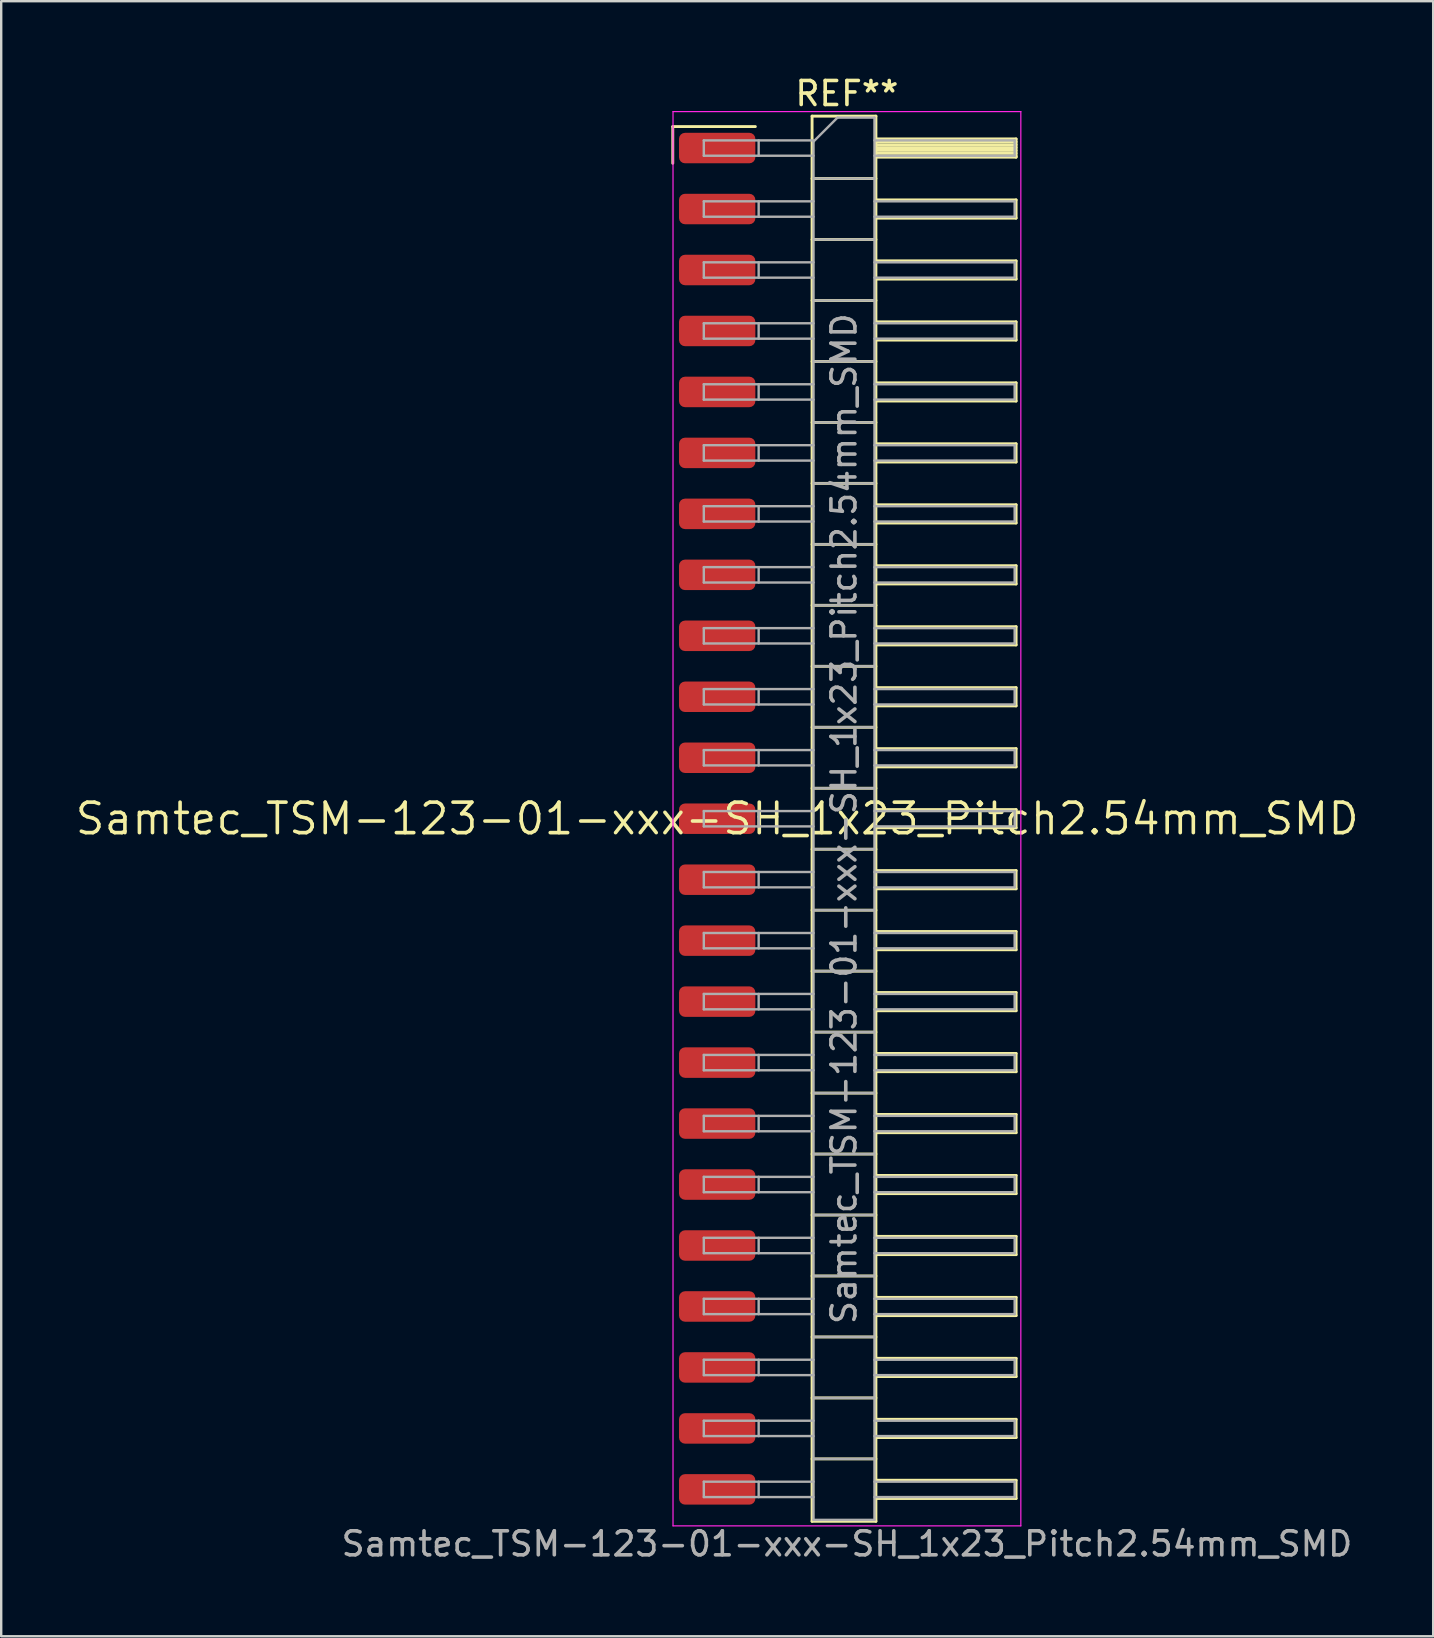
<source format=kicad_pcb>
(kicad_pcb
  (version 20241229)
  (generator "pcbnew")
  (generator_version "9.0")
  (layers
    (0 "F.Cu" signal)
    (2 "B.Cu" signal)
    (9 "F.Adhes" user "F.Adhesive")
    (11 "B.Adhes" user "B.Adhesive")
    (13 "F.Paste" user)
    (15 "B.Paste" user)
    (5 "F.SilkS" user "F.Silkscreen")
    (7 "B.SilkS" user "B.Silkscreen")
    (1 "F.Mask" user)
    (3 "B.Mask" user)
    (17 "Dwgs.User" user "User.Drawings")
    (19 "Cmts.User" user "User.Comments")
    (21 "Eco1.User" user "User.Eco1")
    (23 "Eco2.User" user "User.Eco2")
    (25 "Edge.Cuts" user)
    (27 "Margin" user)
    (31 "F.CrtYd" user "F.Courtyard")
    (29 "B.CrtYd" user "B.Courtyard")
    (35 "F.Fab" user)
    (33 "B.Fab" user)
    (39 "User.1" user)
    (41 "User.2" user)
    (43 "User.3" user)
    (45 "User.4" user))
  (footprint "Samtec_TSM-123-01-xxx-SH_1x23_Pitch2.54mm_SMD"
    (layer "F.Cu")
    (at 26.828 31.058)
    (property "Reference" "Samtec_TSM-123-01-xxx-SH_1x23_Pitch2.54mm_SMD" (at 0 0 0) (layer "F.SilkS") (effects (font (size 1.27 1.27) (thickness 0.15))))
    (attr smd)
    (fp_line (start -1.85 -28.835) (end 1.59 -28.835) (stroke (width 0.12) (type solid)) (layer "F.SilkS"))
    (fp_line (start -1.85 -27.305) (end -1.85 -28.835) (stroke (width 0.12) (type solid)) (layer "F.SilkS"))
    (fp_line (start 3.953 -29.27) (end 6.613 -29.27) (stroke (width 0.12) (type solid)) (layer "F.SilkS"))
    (fp_line (start 3.953 -26.67) (end 6.613 -26.67) (stroke (width 0.12) (type solid)) (layer "F.SilkS"))
    (fp_line (start 3.953 -24.13) (end 6.613 -24.13) (stroke (width 0.12) (type solid)) (layer "F.SilkS"))
    (fp_line (start 3.953 -21.59) (end 6.613 -21.59) (stroke (width 0.12) (type solid)) (layer "F.SilkS"))
    (fp_line (start 3.953 -19.05) (end 6.613 -19.05) (stroke (width 0.12) (type solid)) (layer "F.SilkS"))
    (fp_line (start 3.953 -16.51) (end 6.613 -16.51) (stroke (width 0.12) (type solid)) (layer "F.SilkS"))
    (fp_line (start 3.953 -13.97) (end 6.613 -13.97) (stroke (width 0.12) (type solid)) (layer "F.SilkS"))
    (fp_line (start 3.953 -11.43) (end 6.613 -11.43) (stroke (width 0.12) (type solid)) (layer "F.SilkS"))
    (fp_line (start 3.953 -8.89) (end 6.613 -8.89) (stroke (width 0.12) (type solid)) (layer "F.SilkS"))
    (fp_line (start 3.953 -6.35) (end 6.613 -6.35) (stroke (width 0.12) (type solid)) (layer "F.SilkS"))
    (fp_line (start 3.953 -3.81) (end 6.613 -3.81) (stroke (width 0.12) (type solid)) (layer "F.SilkS"))
    (fp_line (start 3.953 -1.27) (end 6.613 -1.27) (stroke (width 0.12) (type solid)) (layer "F.SilkS"))
    (fp_line (start 3.953 1.27) (end 6.613 1.27) (stroke (width 0.12) (type solid)) (layer "F.SilkS"))
    (fp_line (start 3.953 3.81) (end 6.613 3.81) (stroke (width 0.12) (type solid)) (layer "F.SilkS"))
    (fp_line (start 3.953 6.35) (end 6.613 6.35) (stroke (width 0.12) (type solid)) (layer "F.SilkS"))
    (fp_line (start 3.953 8.89) (end 6.613 8.89) (stroke (width 0.12) (type solid)) (layer "F.SilkS"))
    (fp_line (start 3.953 11.43) (end 6.613 11.43) (stroke (width 0.12) (type solid)) (layer "F.SilkS"))
    (fp_line (start 3.953 13.97) (end 6.613 13.97) (stroke (width 0.12) (type solid)) (layer "F.SilkS"))
    (fp_line (start 3.953 16.51) (end 6.613 16.51) (stroke (width 0.12) (type solid)) (layer "F.SilkS"))
    (fp_line (start 3.953 19.05) (end 6.613 19.05) (stroke (width 0.12) (type solid)) (layer "F.SilkS"))
    (fp_line (start 3.953 21.59) (end 6.613 21.59) (stroke (width 0.12) (type solid)) (layer "F.SilkS"))
    (fp_line (start 3.953 24.13) (end 6.613 24.13) (stroke (width 0.12) (type solid)) (layer "F.SilkS"))
    (fp_line (start 3.953 26.67) (end 6.613 26.67) (stroke (width 0.12) (type solid)) (layer "F.SilkS"))
    (fp_line (start 3.953 29.27) (end 3.953 -29.27) (stroke (width 0.12) (type solid)) (layer "F.SilkS"))
    (fp_line (start 6.613 -29.27) (end 6.613 29.27) (stroke (width 0.12) (type solid)) (layer "F.SilkS"))
    (fp_line (start 6.613 -28.32) (end 12.453 -28.32) (stroke (width 0.12) (type solid)) (layer "F.SilkS"))
    (fp_line (start 6.613 -28.2) (end 12.453 -28.2) (stroke (width 0.12) (type solid)) (layer "F.SilkS"))
    (fp_line (start 6.613 -28.08) (end 12.453 -28.08) (stroke (width 0.12) (type solid)) (layer "F.SilkS"))
    (fp_line (start 6.613 -27.96) (end 12.453 -27.96) (stroke (width 0.12) (type solid)) (layer "F.SilkS"))
    (fp_line (start 6.613 -27.84) (end 12.453 -27.84) (stroke (width 0.12) (type solid)) (layer "F.SilkS"))
    (fp_line (start 6.613 -27.72) (end 12.453 -27.72) (stroke (width 0.12) (type solid)) (layer "F.SilkS"))
    (fp_line (start 6.613 -27.6) (end 12.453 -27.6) (stroke (width 0.12) (type solid)) (layer "F.SilkS"))
    (fp_line (start 6.613 -27.56) (end 12.453 -27.56) (stroke (width 0.12) (type solid)) (layer "F.SilkS"))
    (fp_line (start 6.613 -25.78) (end 12.453 -25.78) (stroke (width 0.12) (type solid)) (layer "F.SilkS"))
    (fp_line (start 6.613 -25.02) (end 12.453 -25.02) (stroke (width 0.12) (type solid)) (layer "F.SilkS"))
    (fp_line (start 6.613 -23.24) (end 12.453 -23.24) (stroke (width 0.12) (type solid)) (layer "F.SilkS"))
    (fp_line (start 6.613 -22.48) (end 12.453 -22.48) (stroke (width 0.12) (type solid)) (layer "F.SilkS"))
    (fp_line (start 6.613 -20.7) (end 12.453 -20.7) (stroke (width 0.12) (type solid)) (layer "F.SilkS"))
    (fp_line (start 6.613 -19.94) (end 12.453 -19.94) (stroke (width 0.12) (type solid)) (layer "F.SilkS"))
    (fp_line (start 6.613 -18.16) (end 12.453 -18.16) (stroke (width 0.12) (type solid)) (layer "F.SilkS"))
    (fp_line (start 6.613 -17.4) (end 12.453 -17.4) (stroke (width 0.12) (type solid)) (layer "F.SilkS"))
    (fp_line (start 6.613 -15.62) (end 12.453 -15.62) (stroke (width 0.12) (type solid)) (layer "F.SilkS"))
    (fp_line (start 6.613 -14.86) (end 12.453 -14.86) (stroke (width 0.12) (type solid)) (layer "F.SilkS"))
    (fp_line (start 6.613 -13.08) (end 12.453 -13.08) (stroke (width 0.12) (type solid)) (layer "F.SilkS"))
    (fp_line (start 6.613 -12.32) (end 12.453 -12.32) (stroke (width 0.12) (type solid)) (layer "F.SilkS"))
    (fp_line (start 6.613 -10.54) (end 12.453 -10.54) (stroke (width 0.12) (type solid)) (layer "F.SilkS"))
    (fp_line (start 6.613 -9.78) (end 12.453 -9.78) (stroke (width 0.12) (type solid)) (layer "F.SilkS"))
    (fp_line (start 6.613 -8) (end 12.453 -8) (stroke (width 0.12) (type solid)) (layer "F.SilkS"))
    (fp_line (start 6.613 -7.24) (end 12.453 -7.24) (stroke (width 0.12) (type solid)) (layer "F.SilkS"))
    (fp_line (start 6.613 -5.46) (end 12.453 -5.46) (stroke (width 0.12) (type solid)) (layer "F.SilkS"))
    (fp_line (start 6.613 -4.7) (end 12.453 -4.7) (stroke (width 0.12) (type solid)) (layer "F.SilkS"))
    (fp_line (start 6.613 -2.92) (end 12.453 -2.92) (stroke (width 0.12) (type solid)) (layer "F.SilkS"))
    (fp_line (start 6.613 -2.16) (end 12.453 -2.16) (stroke (width 0.12) (type solid)) (layer "F.SilkS"))
    (fp_line (start 6.613 -0.38) (end 12.453 -0.38) (stroke (width 0.12) (type solid)) (layer "F.SilkS"))
    (fp_line (start 6.613 0.38) (end 12.453 0.38) (stroke (width 0.12) (type solid)) (layer "F.SilkS"))
    (fp_line (start 6.613 2.16) (end 12.453 2.16) (stroke (width 0.12) (type solid)) (layer "F.SilkS"))
    (fp_line (start 6.613 2.92) (end 12.453 2.92) (stroke (width 0.12) (type solid)) (layer "F.SilkS"))
    (fp_line (start 6.613 4.7) (end 12.453 4.7) (stroke (width 0.12) (type solid)) (layer "F.SilkS"))
    (fp_line (start 6.613 5.46) (end 12.453 5.46) (stroke (width 0.12) (type solid)) (layer "F.SilkS"))
    (fp_line (start 6.613 7.24) (end 12.453 7.24) (stroke (width 0.12) (type solid)) (layer "F.SilkS"))
    (fp_line (start 6.613 8) (end 12.453 8) (stroke (width 0.12) (type solid)) (layer "F.SilkS"))
    (fp_line (start 6.613 9.78) (end 12.453 9.78) (stroke (width 0.12) (type solid)) (layer "F.SilkS"))
    (fp_line (start 6.613 10.54) (end 12.453 10.54) (stroke (width 0.12) (type solid)) (layer "F.SilkS"))
    (fp_line (start 6.613 12.32) (end 12.453 12.32) (stroke (width 0.12) (type solid)) (layer "F.SilkS"))
    (fp_line (start 6.613 13.08) (end 12.453 13.08) (stroke (width 0.12) (type solid)) (layer "F.SilkS"))
    (fp_line (start 6.613 14.86) (end 12.453 14.86) (stroke (width 0.12) (type solid)) (layer "F.SilkS"))
    (fp_line (start 6.613 15.62) (end 12.453 15.62) (stroke (width 0.12) (type solid)) (layer "F.SilkS"))
    (fp_line (start 6.613 17.4) (end 12.453 17.4) (stroke (width 0.12) (type solid)) (layer "F.SilkS"))
    (fp_line (start 6.613 18.16) (end 12.453 18.16) (stroke (width 0.12) (type solid)) (layer "F.SilkS"))
    (fp_line (start 6.613 19.94) (end 12.453 19.94) (stroke (width 0.12) (type solid)) (layer "F.SilkS"))
    (fp_line (start 6.613 20.7) (end 12.453 20.7) (stroke (width 0.12) (type solid)) (layer "F.SilkS"))
    (fp_line (start 6.613 22.48) (end 12.453 22.48) (stroke (width 0.12) (type solid)) (layer "F.SilkS"))
    (fp_line (start 6.613 23.24) (end 12.453 23.24) (stroke (width 0.12) (type solid)) (layer "F.SilkS"))
    (fp_line (start 6.613 25.02) (end 12.453 25.02) (stroke (width 0.12) (type solid)) (layer "F.SilkS"))
    (fp_line (start 6.613 25.78) (end 12.453 25.78) (stroke (width 0.12) (type solid)) (layer "F.SilkS"))
    (fp_line (start 6.613 27.56) (end 12.453 27.56) (stroke (width 0.12) (type solid)) (layer "F.SilkS"))
    (fp_line (start 6.613 28.32) (end 12.453 28.32) (stroke (width 0.12) (type solid)) (layer "F.SilkS"))
    (fp_line (start 6.613 29.27) (end 3.953 29.27) (stroke (width 0.12) (type solid)) (layer "F.SilkS"))
    (fp_line (start 12.453 -28.32) (end 12.453 -27.56) (stroke (width 0.12) (type solid)) (layer "F.SilkS"))
    (fp_line (start 12.453 -25.78) (end 12.453 -25.02) (stroke (width 0.12) (type solid)) (layer "F.SilkS"))
    (fp_line (start 12.453 -23.24) (end 12.453 -22.48) (stroke (width 0.12) (type solid)) (layer "F.SilkS"))
    (fp_line (start 12.453 -20.7) (end 12.453 -19.94) (stroke (width 0.12) (type solid)) (layer "F.SilkS"))
    (fp_line (start 12.453 -18.16) (end 12.453 -17.4) (stroke (width 0.12) (type solid)) (layer "F.SilkS"))
    (fp_line (start 12.453 -15.62) (end 12.453 -14.86) (stroke (width 0.12) (type solid)) (layer "F.SilkS"))
    (fp_line (start 12.453 -13.08) (end 12.453 -12.32) (stroke (width 0.12) (type solid)) (layer "F.SilkS"))
    (fp_line (start 12.453 -10.54) (end 12.453 -9.78) (stroke (width 0.12) (type solid)) (layer "F.SilkS"))
    (fp_line (start 12.453 -8) (end 12.453 -7.24) (stroke (width 0.12) (type solid)) (layer "F.SilkS"))
    (fp_line (start 12.453 -5.46) (end 12.453 -4.7) (stroke (width 0.12) (type solid)) (layer "F.SilkS"))
    (fp_line (start 12.453 -2.92) (end 12.453 -2.16) (stroke (width 0.12) (type solid)) (layer "F.SilkS"))
    (fp_line (start 12.453 -0.38) (end 12.453 0.38) (stroke (width 0.12) (type solid)) (layer "F.SilkS"))
    (fp_line (start 12.453 2.16) (end 12.453 2.92) (stroke (width 0.12) (type solid)) (layer "F.SilkS"))
    (fp_line (start 12.453 4.7) (end 12.453 5.46) (stroke (width 0.12) (type solid)) (layer "F.SilkS"))
    (fp_line (start 12.453 7.24) (end 12.453 8) (stroke (width 0.12) (type solid)) (layer "F.SilkS"))
    (fp_line (start 12.453 9.78) (end 12.453 10.54) (stroke (width 0.12) (type solid)) (layer "F.SilkS"))
    (fp_line (start 12.453 12.32) (end 12.453 13.08) (stroke (width 0.12) (type solid)) (layer "F.SilkS"))
    (fp_line (start 12.453 14.86) (end 12.453 15.62) (stroke (width 0.12) (type solid)) (layer "F.SilkS"))
    (fp_line (start 12.453 17.4) (end 12.453 18.16) (stroke (width 0.12) (type solid)) (layer "F.SilkS"))
    (fp_line (start 12.453 19.94) (end 12.453 20.7) (stroke (width 0.12) (type solid)) (layer "F.SilkS"))
    (fp_line (start 12.453 22.48) (end 12.453 23.24) (stroke (width 0.12) (type solid)) (layer "F.SilkS"))
    (fp_line (start 12.453 25.02) (end 12.453 25.78) (stroke (width 0.12) (type solid)) (layer "F.SilkS"))
    (fp_line (start 12.453 27.56) (end 12.453 28.32) (stroke (width 0.12) (type solid)) (layer "F.SilkS"))
    (fp_line (start -1.84 -29.46) (end 12.65 -29.46) (stroke (width 0.05) (type solid)) (layer "F.CrtYd"))
    (fp_line (start -1.84 29.46) (end -1.84 -29.46) (stroke (width 0.05) (type solid)) (layer "F.CrtYd"))
    (fp_line (start 12.65 -29.46) (end 12.65 29.46) (stroke (width 0.05) (type solid)) (layer "F.CrtYd"))
    (fp_line (start 12.65 29.46) (end -1.84 29.46) (stroke (width 0.05) (type solid)) (layer "F.CrtYd"))
    (fp_line (start -0.557 -28.26) (end -0.557 -27.62) (stroke (width 0.1) (type solid)) (layer "F.Fab"))
    (fp_line (start -0.557 -28.26) (end 4.013 -28.26) (stroke (width 0.1) (type solid)) (layer "F.Fab"))
    (fp_line (start -0.557 -27.62) (end 4.013 -27.62) (stroke (width 0.1) (type solid)) (layer "F.Fab"))
    (fp_line (start -0.557 -25.72) (end -0.557 -25.08) (stroke (width 0.1) (type solid)) (layer "F.Fab"))
    (fp_line (start -0.557 -25.72) (end 4.013 -25.72) (stroke (width 0.1) (type solid)) (layer "F.Fab"))
    (fp_line (start -0.557 -25.08) (end 4.013 -25.08) (stroke (width 0.1) (type solid)) (layer "F.Fab"))
    (fp_line (start -0.557 -23.18) (end -0.557 -22.54) (stroke (width 0.1) (type solid)) (layer "F.Fab"))
    (fp_line (start -0.557 -23.18) (end 4.013 -23.18) (stroke (width 0.1) (type solid)) (layer "F.Fab"))
    (fp_line (start -0.557 -22.54) (end 4.013 -22.54) (stroke (width 0.1) (type solid)) (layer "F.Fab"))
    (fp_line (start -0.557 -20.64) (end -0.557 -20) (stroke (width 0.1) (type solid)) (layer "F.Fab"))
    (fp_line (start -0.557 -20.64) (end 4.013 -20.64) (stroke (width 0.1) (type solid)) (layer "F.Fab"))
    (fp_line (start -0.557 -20) (end 4.013 -20) (stroke (width 0.1) (type solid)) (layer "F.Fab"))
    (fp_line (start -0.557 -18.1) (end -0.557 -17.46) (stroke (width 0.1) (type solid)) (layer "F.Fab"))
    (fp_line (start -0.557 -18.1) (end 4.013 -18.1) (stroke (width 0.1) (type solid)) (layer "F.Fab"))
    (fp_line (start -0.557 -17.46) (end 4.013 -17.46) (stroke (width 0.1) (type solid)) (layer "F.Fab"))
    (fp_line (start -0.557 -15.56) (end -0.557 -14.92) (stroke (width 0.1) (type solid)) (layer "F.Fab"))
    (fp_line (start -0.557 -15.56) (end 4.013 -15.56) (stroke (width 0.1) (type solid)) (layer "F.Fab"))
    (fp_line (start -0.557 -14.92) (end 4.013 -14.92) (stroke (width 0.1) (type solid)) (layer "F.Fab"))
    (fp_line (start -0.557 -13.02) (end -0.557 -12.38) (stroke (width 0.1) (type solid)) (layer "F.Fab"))
    (fp_line (start -0.557 -13.02) (end 4.013 -13.02) (stroke (width 0.1) (type solid)) (layer "F.Fab"))
    (fp_line (start -0.557 -12.38) (end 4.013 -12.38) (stroke (width 0.1) (type solid)) (layer "F.Fab"))
    (fp_line (start -0.557 -10.48) (end -0.557 -9.84) (stroke (width 0.1) (type solid)) (layer "F.Fab"))
    (fp_line (start -0.557 -10.48) (end 4.013 -10.48) (stroke (width 0.1) (type solid)) (layer "F.Fab"))
    (fp_line (start -0.557 -9.84) (end 4.013 -9.84) (stroke (width 0.1) (type solid)) (layer "F.Fab"))
    (fp_line (start -0.557 -7.94) (end -0.557 -7.3) (stroke (width 0.1) (type solid)) (layer "F.Fab"))
    (fp_line (start -0.557 -7.94) (end 4.013 -7.94) (stroke (width 0.1) (type solid)) (layer "F.Fab"))
    (fp_line (start -0.557 -7.3) (end 4.013 -7.3) (stroke (width 0.1) (type solid)) (layer "F.Fab"))
    (fp_line (start -0.557 -5.4) (end -0.557 -4.76) (stroke (width 0.1) (type solid)) (layer "F.Fab"))
    (fp_line (start -0.557 -5.4) (end 4.013 -5.4) (stroke (width 0.1) (type solid)) (layer "F.Fab"))
    (fp_line (start -0.557 -4.76) (end 4.013 -4.76) (stroke (width 0.1) (type solid)) (layer "F.Fab"))
    (fp_line (start -0.557 -2.86) (end -0.557 -2.22) (stroke (width 0.1) (type solid)) (layer "F.Fab"))
    (fp_line (start -0.557 -2.86) (end 4.013 -2.86) (stroke (width 0.1) (type solid)) (layer "F.Fab"))
    (fp_line (start -0.557 -2.22) (end 4.013 -2.22) (stroke (width 0.1) (type solid)) (layer "F.Fab"))
    (fp_line (start -0.557 -0.32) (end -0.557 0.32) (stroke (width 0.1) (type solid)) (layer "F.Fab"))
    (fp_line (start -0.557 -0.32) (end 4.013 -0.32) (stroke (width 0.1) (type solid)) (layer "F.Fab"))
    (fp_line (start -0.557 0.32) (end 4.013 0.32) (stroke (width 0.1) (type solid)) (layer "F.Fab"))
    (fp_line (start -0.557 2.22) (end -0.557 2.86) (stroke (width 0.1) (type solid)) (layer "F.Fab"))
    (fp_line (start -0.557 2.22) (end 4.013 2.22) (stroke (width 0.1) (type solid)) (layer "F.Fab"))
    (fp_line (start -0.557 2.86) (end 4.013 2.86) (stroke (width 0.1) (type solid)) (layer "F.Fab"))
    (fp_line (start -0.557 4.76) (end -0.557 5.4) (stroke (width 0.1) (type solid)) (layer "F.Fab"))
    (fp_line (start -0.557 4.76) (end 4.013 4.76) (stroke (width 0.1) (type solid)) (layer "F.Fab"))
    (fp_line (start -0.557 5.4) (end 4.013 5.4) (stroke (width 0.1) (type solid)) (layer "F.Fab"))
    (fp_line (start -0.557 7.3) (end -0.557 7.94) (stroke (width 0.1) (type solid)) (layer "F.Fab"))
    (fp_line (start -0.557 7.3) (end 4.013 7.3) (stroke (width 0.1) (type solid)) (layer "F.Fab"))
    (fp_line (start -0.557 7.94) (end 4.013 7.94) (stroke (width 0.1) (type solid)) (layer "F.Fab"))
    (fp_line (start -0.557 9.84) (end -0.557 10.48) (stroke (width 0.1) (type solid)) (layer "F.Fab"))
    (fp_line (start -0.557 9.84) (end 4.013 9.84) (stroke (width 0.1) (type solid)) (layer "F.Fab"))
    (fp_line (start -0.557 10.48) (end 4.013 10.48) (stroke (width 0.1) (type solid)) (layer "F.Fab"))
    (fp_line (start -0.557 12.38) (end -0.557 13.02) (stroke (width 0.1) (type solid)) (layer "F.Fab"))
    (fp_line (start -0.557 12.38) (end 4.013 12.38) (stroke (width 0.1) (type solid)) (layer "F.Fab"))
    (fp_line (start -0.557 13.02) (end 4.013 13.02) (stroke (width 0.1) (type solid)) (layer "F.Fab"))
    (fp_line (start -0.557 14.92) (end -0.557 15.56) (stroke (width 0.1) (type solid)) (layer "F.Fab"))
    (fp_line (start -0.557 14.92) (end 4.013 14.92) (stroke (width 0.1) (type solid)) (layer "F.Fab"))
    (fp_line (start -0.557 15.56) (end 4.013 15.56) (stroke (width 0.1) (type solid)) (layer "F.Fab"))
    (fp_line (start -0.557 17.46) (end -0.557 18.1) (stroke (width 0.1) (type solid)) (layer "F.Fab"))
    (fp_line (start -0.557 17.46) (end 4.013 17.46) (stroke (width 0.1) (type solid)) (layer "F.Fab"))
    (fp_line (start -0.557 18.1) (end 4.013 18.1) (stroke (width 0.1) (type solid)) (layer "F.Fab"))
    (fp_line (start -0.557 20) (end -0.557 20.64) (stroke (width 0.1) (type solid)) (layer "F.Fab"))
    (fp_line (start -0.557 20) (end 4.013 20) (stroke (width 0.1) (type solid)) (layer "F.Fab"))
    (fp_line (start -0.557 20.64) (end 4.013 20.64) (stroke (width 0.1) (type solid)) (layer "F.Fab"))
    (fp_line (start -0.557 22.54) (end -0.557 23.18) (stroke (width 0.1) (type solid)) (layer "F.Fab"))
    (fp_line (start -0.557 22.54) (end 4.013 22.54) (stroke (width 0.1) (type solid)) (layer "F.Fab"))
    (fp_line (start -0.557 23.18) (end 4.013 23.18) (stroke (width 0.1) (type solid)) (layer "F.Fab"))
    (fp_line (start -0.557 25.08) (end -0.557 25.72) (stroke (width 0.1) (type solid)) (layer "F.Fab"))
    (fp_line (start -0.557 25.08) (end 4.013 25.08) (stroke (width 0.1) (type solid)) (layer "F.Fab"))
    (fp_line (start -0.557 25.72) (end 4.013 25.72) (stroke (width 0.1) (type solid)) (layer "F.Fab"))
    (fp_line (start -0.557 27.62) (end -0.557 28.26) (stroke (width 0.1) (type solid)) (layer "F.Fab"))
    (fp_line (start -0.557 27.62) (end 4.013 27.62) (stroke (width 0.1) (type solid)) (layer "F.Fab"))
    (fp_line (start -0.557 28.26) (end 4.013 28.26) (stroke (width 0.1) (type solid)) (layer "F.Fab"))
    (fp_line (start 1.728 -28.26) (end 1.728 -27.62) (stroke (width 0.1) (type solid)) (layer "F.Fab"))
    (fp_line (start 1.728 -25.72) (end 1.728 -25.08) (stroke (width 0.1) (type solid)) (layer "F.Fab"))
    (fp_line (start 1.728 -23.18) (end 1.728 -22.54) (stroke (width 0.1) (type solid)) (layer "F.Fab"))
    (fp_line (start 1.728 -20.64) (end 1.728 -20) (stroke (width 0.1) (type solid)) (layer "F.Fab"))
    (fp_line (start 1.728 -18.1) (end 1.728 -17.46) (stroke (width 0.1) (type solid)) (layer "F.Fab"))
    (fp_line (start 1.728 -15.56) (end 1.728 -14.92) (stroke (width 0.1) (type solid)) (layer "F.Fab"))
    (fp_line (start 1.728 -13.02) (end 1.728 -12.38) (stroke (width 0.1) (type solid)) (layer "F.Fab"))
    (fp_line (start 1.728 -10.48) (end 1.728 -9.84) (stroke (width 0.1) (type solid)) (layer "F.Fab"))
    (fp_line (start 1.728 -7.94) (end 1.728 -7.3) (stroke (width 0.1) (type solid)) (layer "F.Fab"))
    (fp_line (start 1.728 -5.4) (end 1.728 -4.76) (stroke (width 0.1) (type solid)) (layer "F.Fab"))
    (fp_line (start 1.728 -2.86) (end 1.728 -2.22) (stroke (width 0.1) (type solid)) (layer "F.Fab"))
    (fp_line (start 1.728 -0.32) (end 1.728 0.32) (stroke (width 0.1) (type solid)) (layer "F.Fab"))
    (fp_line (start 1.728 2.22) (end 1.728 2.86) (stroke (width 0.1) (type solid)) (layer "F.Fab"))
    (fp_line (start 1.728 4.76) (end 1.728 5.4) (stroke (width 0.1) (type solid)) (layer "F.Fab"))
    (fp_line (start 1.728 7.3) (end 1.728 7.94) (stroke (width 0.1) (type solid)) (layer "F.Fab"))
    (fp_line (start 1.728 9.84) (end 1.728 10.48) (stroke (width 0.1) (type solid)) (layer "F.Fab"))
    (fp_line (start 1.728 12.38) (end 1.728 13.02) (stroke (width 0.1) (type solid)) (layer "F.Fab"))
    (fp_line (start 1.728 14.92) (end 1.728 15.56) (stroke (width 0.1) (type solid)) (layer "F.Fab"))
    (fp_line (start 1.728 17.46) (end 1.728 18.1) (stroke (width 0.1) (type solid)) (layer "F.Fab"))
    (fp_line (start 1.728 20) (end 1.728 20.64) (stroke (width 0.1) (type solid)) (layer "F.Fab"))
    (fp_line (start 1.728 22.54) (end 1.728 23.18) (stroke (width 0.1) (type solid)) (layer "F.Fab"))
    (fp_line (start 1.728 25.08) (end 1.728 25.72) (stroke (width 0.1) (type solid)) (layer "F.Fab"))
    (fp_line (start 1.728 27.62) (end 1.728 28.26) (stroke (width 0.1) (type solid)) (layer "F.Fab"))
    (fp_line (start 4.013 -28.21) (end 5.013 -29.21) (stroke (width 0.1) (type solid)) (layer "F.Fab"))
    (fp_line (start 4.013 -26.67) (end 6.553 -26.67) (stroke (width 0.1) (type solid)) (layer "F.Fab"))
    (fp_line (start 4.013 -24.13) (end 6.553 -24.13) (stroke (width 0.1) (type solid)) (layer "F.Fab"))
    (fp_line (start 4.013 -21.59) (end 6.553 -21.59) (stroke (width 0.1) (type solid)) (layer "F.Fab"))
    (fp_line (start 4.013 -19.05) (end 6.553 -19.05) (stroke (width 0.1) (type solid)) (layer "F.Fab"))
    (fp_line (start 4.013 -16.51) (end 6.553 -16.51) (stroke (width 0.1) (type solid)) (layer "F.Fab"))
    (fp_line (start 4.013 -13.97) (end 6.553 -13.97) (stroke (width 0.1) (type solid)) (layer "F.Fab"))
    (fp_line (start 4.013 -11.43) (end 6.553 -11.43) (stroke (width 0.1) (type solid)) (layer "F.Fab"))
    (fp_line (start 4.013 -8.89) (end 6.553 -8.89) (stroke (width 0.1) (type solid)) (layer "F.Fab"))
    (fp_line (start 4.013 -6.35) (end 6.553 -6.35) (stroke (width 0.1) (type solid)) (layer "F.Fab"))
    (fp_line (start 4.013 -3.81) (end 6.553 -3.81) (stroke (width 0.1) (type solid)) (layer "F.Fab"))
    (fp_line (start 4.013 -1.27) (end 6.553 -1.27) (stroke (width 0.1) (type solid)) (layer "F.Fab"))
    (fp_line (start 4.013 1.27) (end 6.553 1.27) (stroke (width 0.1) (type solid)) (layer "F.Fab"))
    (fp_line (start 4.013 3.81) (end 6.553 3.81) (stroke (width 0.1) (type solid)) (layer "F.Fab"))
    (fp_line (start 4.013 6.35) (end 6.553 6.35) (stroke (width 0.1) (type solid)) (layer "F.Fab"))
    (fp_line (start 4.013 8.89) (end 6.553 8.89) (stroke (width 0.1) (type solid)) (layer "F.Fab"))
    (fp_line (start 4.013 11.43) (end 6.553 11.43) (stroke (width 0.1) (type solid)) (layer "F.Fab"))
    (fp_line (start 4.013 13.97) (end 6.553 13.97) (stroke (width 0.1) (type solid)) (layer "F.Fab"))
    (fp_line (start 4.013 16.51) (end 6.553 16.51) (stroke (width 0.1) (type solid)) (layer "F.Fab"))
    (fp_line (start 4.013 19.05) (end 6.553 19.05) (stroke (width 0.1) (type solid)) (layer "F.Fab"))
    (fp_line (start 4.013 21.59) (end 6.553 21.59) (stroke (width 0.1) (type solid)) (layer "F.Fab"))
    (fp_line (start 4.013 24.13) (end 6.553 24.13) (stroke (width 0.1) (type solid)) (layer "F.Fab"))
    (fp_line (start 4.013 26.67) (end 6.553 26.67) (stroke (width 0.1) (type solid)) (layer "F.Fab"))
    (fp_line (start 4.013 29.21) (end 4.013 -28.21) (stroke (width 0.1) (type solid)) (layer "F.Fab"))
    (fp_line (start 5.013 -29.21) (end 6.553 -29.21) (stroke (width 0.1) (type solid)) (layer "F.Fab"))
    (fp_line (start 6.553 -29.21) (end 6.553 29.21) (stroke (width 0.1) (type solid)) (layer "F.Fab"))
    (fp_line (start 6.553 -28.26) (end 12.393 -28.26) (stroke (width 0.1) (type solid)) (layer "F.Fab"))
    (fp_line (start 6.553 -27.62) (end 12.393 -27.62) (stroke (width 0.1) (type solid)) (layer "F.Fab"))
    (fp_line (start 6.553 -25.72) (end 12.393 -25.72) (stroke (width 0.1) (type solid)) (layer "F.Fab"))
    (fp_line (start 6.553 -25.08) (end 12.393 -25.08) (stroke (width 0.1) (type solid)) (layer "F.Fab"))
    (fp_line (start 6.553 -23.18) (end 12.393 -23.18) (stroke (width 0.1) (type solid)) (layer "F.Fab"))
    (fp_line (start 6.553 -22.54) (end 12.393 -22.54) (stroke (width 0.1) (type solid)) (layer "F.Fab"))
    (fp_line (start 6.553 -20.64) (end 12.393 -20.64) (stroke (width 0.1) (type solid)) (layer "F.Fab"))
    (fp_line (start 6.553 -20) (end 12.393 -20) (stroke (width 0.1) (type solid)) (layer "F.Fab"))
    (fp_line (start 6.553 -18.1) (end 12.393 -18.1) (stroke (width 0.1) (type solid)) (layer "F.Fab"))
    (fp_line (start 6.553 -17.46) (end 12.393 -17.46) (stroke (width 0.1) (type solid)) (layer "F.Fab"))
    (fp_line (start 6.553 -15.56) (end 12.393 -15.56) (stroke (width 0.1) (type solid)) (layer "F.Fab"))
    (fp_line (start 6.553 -14.92) (end 12.393 -14.92) (stroke (width 0.1) (type solid)) (layer "F.Fab"))
    (fp_line (start 6.553 -13.02) (end 12.393 -13.02) (stroke (width 0.1) (type solid)) (layer "F.Fab"))
    (fp_line (start 6.553 -12.38) (end 12.393 -12.38) (stroke (width 0.1) (type solid)) (layer "F.Fab"))
    (fp_line (start 6.553 -10.48) (end 12.393 -10.48) (stroke (width 0.1) (type solid)) (layer "F.Fab"))
    (fp_line (start 6.553 -9.84) (end 12.393 -9.84) (stroke (width 0.1) (type solid)) (layer "F.Fab"))
    (fp_line (start 6.553 -7.94) (end 12.393 -7.94) (stroke (width 0.1) (type solid)) (layer "F.Fab"))
    (fp_line (start 6.553 -7.3) (end 12.393 -7.3) (stroke (width 0.1) (type solid)) (layer "F.Fab"))
    (fp_line (start 6.553 -5.4) (end 12.393 -5.4) (stroke (width 0.1) (type solid)) (layer "F.Fab"))
    (fp_line (start 6.553 -4.76) (end 12.393 -4.76) (stroke (width 0.1) (type solid)) (layer "F.Fab"))
    (fp_line (start 6.553 -2.86) (end 12.393 -2.86) (stroke (width 0.1) (type solid)) (layer "F.Fab"))
    (fp_line (start 6.553 -2.22) (end 12.393 -2.22) (stroke (width 0.1) (type solid)) (layer "F.Fab"))
    (fp_line (start 6.553 -0.32) (end 12.393 -0.32) (stroke (width 0.1) (type solid)) (layer "F.Fab"))
    (fp_line (start 6.553 0.32) (end 12.393 0.32) (stroke (width 0.1) (type solid)) (layer "F.Fab"))
    (fp_line (start 6.553 2.22) (end 12.393 2.22) (stroke (width 0.1) (type solid)) (layer "F.Fab"))
    (fp_line (start 6.553 2.86) (end 12.393 2.86) (stroke (width 0.1) (type solid)) (layer "F.Fab"))
    (fp_line (start 6.553 4.76) (end 12.393 4.76) (stroke (width 0.1) (type solid)) (layer "F.Fab"))
    (fp_line (start 6.553 5.4) (end 12.393 5.4) (stroke (width 0.1) (type solid)) (layer "F.Fab"))
    (fp_line (start 6.553 7.3) (end 12.393 7.3) (stroke (width 0.1) (type solid)) (layer "F.Fab"))
    (fp_line (start 6.553 7.94) (end 12.393 7.94) (stroke (width 0.1) (type solid)) (layer "F.Fab"))
    (fp_line (start 6.553 9.84) (end 12.393 9.84) (stroke (width 0.1) (type solid)) (layer "F.Fab"))
    (fp_line (start 6.553 10.48) (end 12.393 10.48) (stroke (width 0.1) (type solid)) (layer "F.Fab"))
    (fp_line (start 6.553 12.38) (end 12.393 12.38) (stroke (width 0.1) (type solid)) (layer "F.Fab"))
    (fp_line (start 6.553 13.02) (end 12.393 13.02) (stroke (width 0.1) (type solid)) (layer "F.Fab"))
    (fp_line (start 6.553 14.92) (end 12.393 14.92) (stroke (width 0.1) (type solid)) (layer "F.Fab"))
    (fp_line (start 6.553 15.56) (end 12.393 15.56) (stroke (width 0.1) (type solid)) (layer "F.Fab"))
    (fp_line (start 6.553 17.46) (end 12.393 17.46) (stroke (width 0.1) (type solid)) (layer "F.Fab"))
    (fp_line (start 6.553 18.1) (end 12.393 18.1) (stroke (width 0.1) (type solid)) (layer "F.Fab"))
    (fp_line (start 6.553 20) (end 12.393 20) (stroke (width 0.1) (type solid)) (layer "F.Fab"))
    (fp_line (start 6.553 20.64) (end 12.393 20.64) (stroke (width 0.1) (type solid)) (layer "F.Fab"))
    (fp_line (start 6.553 22.54) (end 12.393 22.54) (stroke (width 0.1) (type solid)) (layer "F.Fab"))
    (fp_line (start 6.553 23.18) (end 12.393 23.18) (stroke (width 0.1) (type solid)) (layer "F.Fab"))
    (fp_line (start 6.553 25.08) (end 12.393 25.08) (stroke (width 0.1) (type solid)) (layer "F.Fab"))
    (fp_line (start 6.553 25.72) (end 12.393 25.72) (stroke (width 0.1) (type solid)) (layer "F.Fab"))
    (fp_line (start 6.553 27.62) (end 12.393 27.62) (stroke (width 0.1) (type solid)) (layer "F.Fab"))
    (fp_line (start 6.553 28.26) (end 12.393 28.26) (stroke (width 0.1) (type solid)) (layer "F.Fab"))
    (fp_line (start 6.553 29.21) (end 4.013 29.21) (stroke (width 0.1) (type solid)) (layer "F.Fab"))
    (fp_line (start 12.393 -28.26) (end 12.393 -27.62) (stroke (width 0.1) (type solid)) (layer "F.Fab"))
    (fp_line (start 12.393 -25.72) (end 12.393 -25.08) (stroke (width 0.1) (type solid)) (layer "F.Fab"))
    (fp_line (start 12.393 -23.18) (end 12.393 -22.54) (stroke (width 0.1) (type solid)) (layer "F.Fab"))
    (fp_line (start 12.393 -20.64) (end 12.393 -20) (stroke (width 0.1) (type solid)) (layer "F.Fab"))
    (fp_line (start 12.393 -18.1) (end 12.393 -17.46) (stroke (width 0.1) (type solid)) (layer "F.Fab"))
    (fp_line (start 12.393 -15.56) (end 12.393 -14.92) (stroke (width 0.1) (type solid)) (layer "F.Fab"))
    (fp_line (start 12.393 -13.02) (end 12.393 -12.38) (stroke (width 0.1) (type solid)) (layer "F.Fab"))
    (fp_line (start 12.393 -10.48) (end 12.393 -9.84) (stroke (width 0.1) (type solid)) (layer "F.Fab"))
    (fp_line (start 12.393 -7.94) (end 12.393 -7.3) (stroke (width 0.1) (type solid)) (layer "F.Fab"))
    (fp_line (start 12.393 -5.4) (end 12.393 -4.76) (stroke (width 0.1) (type solid)) (layer "F.Fab"))
    (fp_line (start 12.393 -2.86) (end 12.393 -2.22) (stroke (width 0.1) (type solid)) (layer "F.Fab"))
    (fp_line (start 12.393 -0.32) (end 12.393 0.32) (stroke (width 0.1) (type solid)) (layer "F.Fab"))
    (fp_line (start 12.393 2.22) (end 12.393 2.86) (stroke (width 0.1) (type solid)) (layer "F.Fab"))
    (fp_line (start 12.393 4.76) (end 12.393 5.4) (stroke (width 0.1) (type solid)) (layer "F.Fab"))
    (fp_line (start 12.393 7.3) (end 12.393 7.94) (stroke (width 0.1) (type solid)) (layer "F.Fab"))
    (fp_line (start 12.393 9.84) (end 12.393 10.48) (stroke (width 0.1) (type solid)) (layer "F.Fab"))
    (fp_line (start 12.393 12.38) (end 12.393 13.02) (stroke (width 0.1) (type solid)) (layer "F.Fab"))
    (fp_line (start 12.393 14.92) (end 12.393 15.56) (stroke (width 0.1) (type solid)) (layer "F.Fab"))
    (fp_line (start 12.393 17.46) (end 12.393 18.1) (stroke (width 0.1) (type solid)) (layer "F.Fab"))
    (fp_line (start 12.393 20) (end 12.393 20.64) (stroke (width 0.1) (type solid)) (layer "F.Fab"))
    (fp_line (start 12.393 22.54) (end 12.393 23.18) (stroke (width 0.1) (type solid)) (layer "F.Fab"))
    (fp_line (start 12.393 25.08) (end 12.393 25.72) (stroke (width 0.1) (type solid)) (layer "F.Fab"))
    (fp_line (start 12.393 27.62) (end 12.393 28.26) (stroke (width 0.1) (type solid)) (layer "F.Fab"))
    (fp_text user "REF**" (at 5.405 -30.21 0) (layer "F.SilkS") (effects (font (size 1 1) (thickness 0.15))))
    (fp_text user "${REFERENCE}" (at 5.283 0 90) (layer "F.Fab") (effects (font (size 1 1) (thickness 0.15))))
    (fp_text user "Samtec_TSM-123-01-xxx-SH_1x23_Pitch2.54mm_SMD" (at 5.405 30.21 0) (layer "F.Fab") (effects (font (size 1 1) (thickness 0.15))))
    (pad "1" smd roundrect (at 0 -27.94) (size 3.18 1.27) (layers "F.Cu" "F.Mask" "F.Paste") (roundrect_rratio 0.197))
    (pad "2" smd roundrect (at 0 -25.4) (size 3.18 1.27) (layers "F.Cu" "F.Mask" "F.Paste") (roundrect_rratio 0.197))
    (pad "3" smd roundrect (at 0 -22.86) (size 3.18 1.27) (layers "F.Cu" "F.Mask" "F.Paste") (roundrect_rratio 0.197))
    (pad "4" smd roundrect (at 0 -20.32) (size 3.18 1.27) (layers "F.Cu" "F.Mask" "F.Paste") (roundrect_rratio 0.197))
    (pad "5" smd roundrect (at 0 -17.78) (size 3.18 1.27) (layers "F.Cu" "F.Mask" "F.Paste") (roundrect_rratio 0.197))
    (pad "6" smd roundrect (at 0 -15.24) (size 3.18 1.27) (layers "F.Cu" "F.Mask" "F.Paste") (roundrect_rratio 0.197))
    (pad "7" smd roundrect (at 0 -12.7) (size 3.18 1.27) (layers "F.Cu" "F.Mask" "F.Paste") (roundrect_rratio 0.197))
    (pad "8" smd roundrect (at 0 -10.16) (size 3.18 1.27) (layers "F.Cu" "F.Mask" "F.Paste") (roundrect_rratio 0.197))
    (pad "9" smd roundrect (at 0 -7.62) (size 3.18 1.27) (layers "F.Cu" "F.Mask" "F.Paste") (roundrect_rratio 0.197))
    (pad "10" smd roundrect (at 0 -5.08) (size 3.18 1.27) (layers "F.Cu" "F.Mask" "F.Paste") (roundrect_rratio 0.197))
    (pad "11" smd roundrect (at 0 -2.54) (size 3.18 1.27) (layers "F.Cu" "F.Mask" "F.Paste") (roundrect_rratio 0.197))
    (pad "12" smd roundrect (at 0 0) (size 3.18 1.27) (layers "F.Cu" "F.Mask" "F.Paste") (roundrect_rratio 0.197))
    (pad "13" smd roundrect (at 0 2.54) (size 3.18 1.27) (layers "F.Cu" "F.Mask" "F.Paste") (roundrect_rratio 0.197))
    (pad "14" smd roundrect (at 0 5.08) (size 3.18 1.27) (layers "F.Cu" "F.Mask" "F.Paste") (roundrect_rratio 0.197))
    (pad "15" smd roundrect (at 0 7.62) (size 3.18 1.27) (layers "F.Cu" "F.Mask" "F.Paste") (roundrect_rratio 0.197))
    (pad "16" smd roundrect (at 0 10.16) (size 3.18 1.27) (layers "F.Cu" "F.Mask" "F.Paste") (roundrect_rratio 0.197))
    (pad "17" smd roundrect (at 0 12.7) (size 3.18 1.27) (layers "F.Cu" "F.Mask" "F.Paste") (roundrect_rratio 0.197))
    (pad "18" smd roundrect (at 0 15.24) (size 3.18 1.27) (layers "F.Cu" "F.Mask" "F.Paste") (roundrect_rratio 0.197))
    (pad "19" smd roundrect (at 0 17.78) (size 3.18 1.27) (layers "F.Cu" "F.Mask" "F.Paste") (roundrect_rratio 0.197))
    (pad "20" smd roundrect (at 0 20.32) (size 3.18 1.27) (layers "F.Cu" "F.Mask" "F.Paste") (roundrect_rratio 0.197))
    (pad "21" smd roundrect (at 0 22.86) (size 3.18 1.27) (layers "F.Cu" "F.Mask" "F.Paste") (roundrect_rratio 0.197))
    (pad "22" smd roundrect (at 0 25.4) (size 3.18 1.27) (layers "F.Cu" "F.Mask" "F.Paste") (roundrect_rratio 0.197))
    (pad "23" smd roundrect (at 0 27.94) (size 3.18 1.27) (layers "F.Cu" "F.Mask" "F.Paste") (roundrect_rratio 0.197)))
  (gr_rect
    (start -3 -3)
    (end 56.657 65.117)
    (stroke (width 0.1) (type default))
    (fill no)
    (layer "Edge.Cuts")))
</source>
